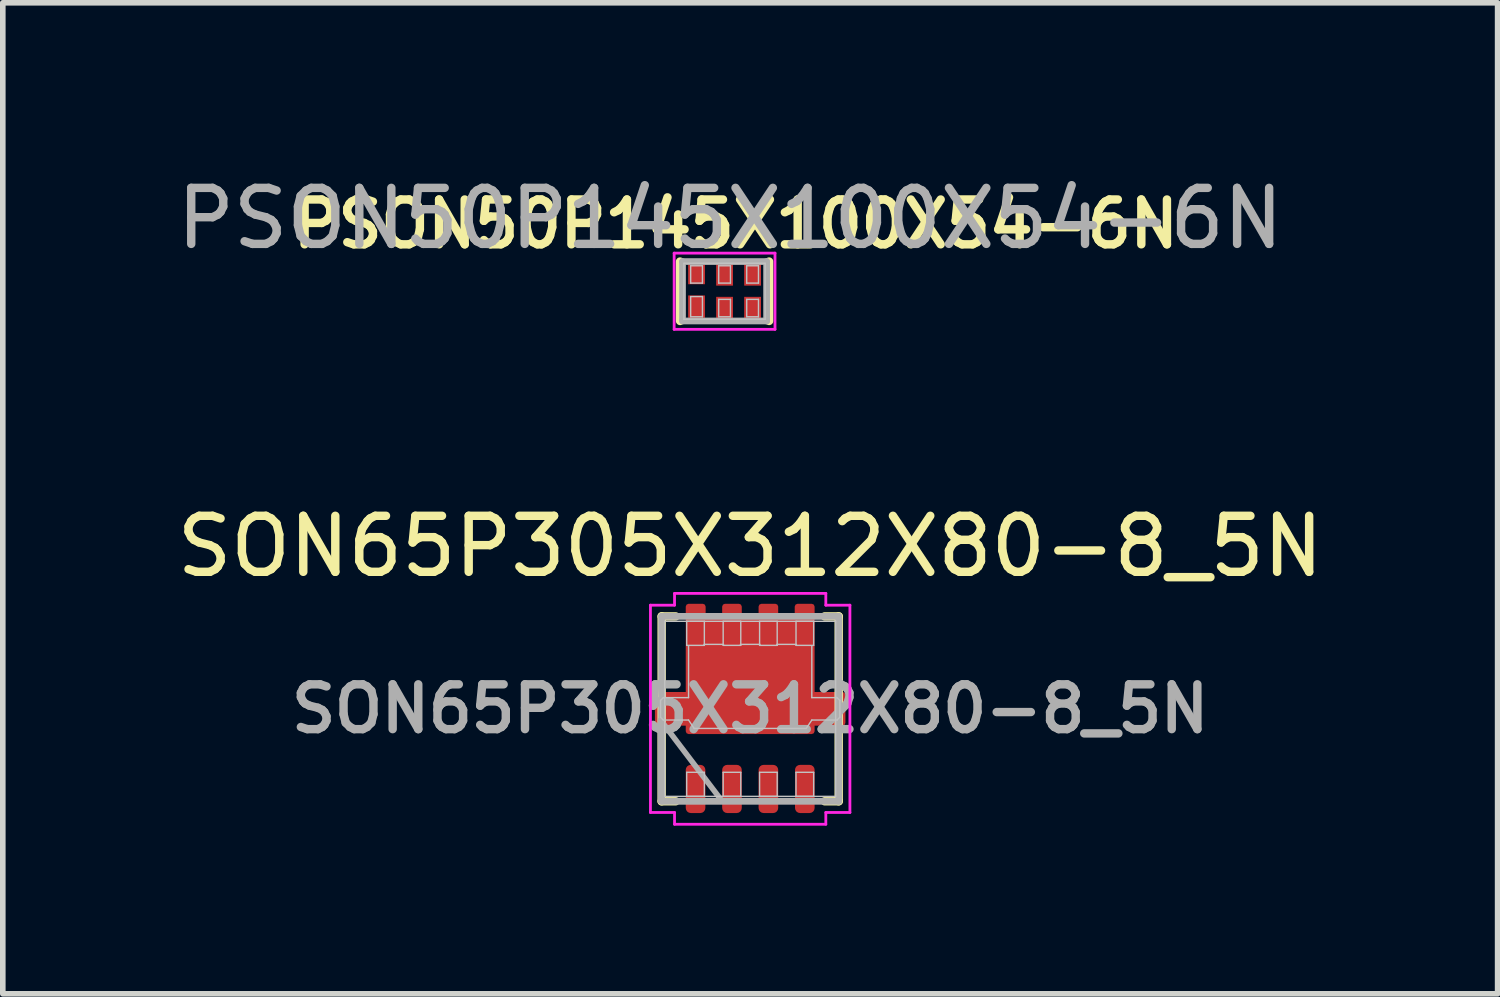
<source format=kicad_pcb>
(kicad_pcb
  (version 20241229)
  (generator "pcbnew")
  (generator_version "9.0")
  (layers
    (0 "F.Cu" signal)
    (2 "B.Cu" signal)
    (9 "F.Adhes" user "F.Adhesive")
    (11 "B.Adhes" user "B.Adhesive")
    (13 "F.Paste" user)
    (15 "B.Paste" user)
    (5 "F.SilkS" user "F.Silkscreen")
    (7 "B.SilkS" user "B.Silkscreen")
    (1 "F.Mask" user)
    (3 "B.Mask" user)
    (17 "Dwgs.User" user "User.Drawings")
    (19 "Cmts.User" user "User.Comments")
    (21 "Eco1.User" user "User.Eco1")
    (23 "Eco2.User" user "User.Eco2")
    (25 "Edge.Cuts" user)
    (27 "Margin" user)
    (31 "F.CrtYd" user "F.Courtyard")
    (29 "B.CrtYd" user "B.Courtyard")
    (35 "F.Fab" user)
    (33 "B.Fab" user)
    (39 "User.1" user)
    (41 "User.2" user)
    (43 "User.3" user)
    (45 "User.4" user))
  (footprint "PSON50P145X100X54-6N"
    (layer "F.Cu")
    (at 9.882 2.148)
    (property "Reference" "PSON50P145X100X54-6N" (at 0.2 -1.2 0) (layer "F.SilkS") (effects (font (size 0.8 0.8) (thickness 0.15))))
    (attr smd)
    (fp_line (start -0.795 0.53) (end -0.795 -0.53) (stroke (width 0.15) (type solid)) (layer "F.SilkS"))
    (fp_line (start 0.795 0.53) (end 0.795 -0.53) (stroke (width 0.15) (type solid)) (layer "F.SilkS"))
    (fp_line (start -0.725 -0.5) (end 0.725 -0.5) (stroke (width 0.025) (type solid)) (layer "Dwgs.User"))
    (fp_line (start -0.725 0.5) (end -0.725 -0.5) (stroke (width 0.025) (type solid)) (layer "Dwgs.User"))
    (fp_line (start -0.605 -0.455) (end -0.395 -0.455) (stroke (width 0.025) (type solid)) (layer "Dwgs.User"))
    (fp_line (start -0.605 -0.145) (end -0.605 -0.455) (stroke (width 0.025) (type solid)) (layer "Dwgs.User"))
    (fp_line (start -0.605 0.095) (end -0.395 0.095) (stroke (width 0.025) (type solid)) (layer "Dwgs.User"))
    (fp_line (start -0.605 0.455) (end -0.605 0.095) (stroke (width 0.025) (type solid)) (layer "Dwgs.User"))
    (fp_line (start -0.395 -0.455) (end -0.395 -0.145) (stroke (width 0.025) (type solid)) (layer "Dwgs.User"))
    (fp_line (start -0.395 -0.145) (end -0.605 -0.145) (stroke (width 0.025) (type solid)) (layer "Dwgs.User"))
    (fp_line (start -0.395 0.095) (end -0.395 0.455) (stroke (width 0.025) (type solid)) (layer "Dwgs.User"))
    (fp_line (start -0.395 0.455) (end -0.605 0.455) (stroke (width 0.025) (type solid)) (layer "Dwgs.User"))
    (fp_line (start -0.105 -0.455) (end 0.105 -0.455) (stroke (width 0.025) (type solid)) (layer "Dwgs.User"))
    (fp_line (start -0.105 -0.145) (end -0.105 -0.455) (stroke (width 0.025) (type solid)) (layer "Dwgs.User"))
    (fp_line (start -0.105 0.145) (end 0.105 0.145) (stroke (width 0.025) (type solid)) (layer "Dwgs.User"))
    (fp_line (start -0.105 0.455) (end -0.105 0.145) (stroke (width 0.025) (type solid)) (layer "Dwgs.User"))
    (fp_line (start 0.105 -0.455) (end 0.105 -0.145) (stroke (width 0.025) (type solid)) (layer "Dwgs.User"))
    (fp_line (start 0.105 -0.145) (end -0.105 -0.145) (stroke (width 0.025) (type solid)) (layer "Dwgs.User"))
    (fp_line (start 0.105 0.145) (end 0.105 0.455) (stroke (width 0.025) (type solid)) (layer "Dwgs.User"))
    (fp_line (start 0.105 0.455) (end -0.105 0.455) (stroke (width 0.025) (type solid)) (layer "Dwgs.User"))
    (fp_line (start 0.395 -0.455) (end 0.605 -0.455) (stroke (width 0.025) (type solid)) (layer "Dwgs.User"))
    (fp_line (start 0.395 -0.145) (end 0.395 -0.455) (stroke (width 0.025) (type solid)) (layer "Dwgs.User"))
    (fp_line (start 0.395 0.145) (end 0.605 0.145) (stroke (width 0.025) (type solid)) (layer "Dwgs.User"))
    (fp_line (start 0.395 0.455) (end 0.395 0.145) (stroke (width 0.025) (type solid)) (layer "Dwgs.User"))
    (fp_line (start 0.605 -0.455) (end 0.605 -0.145) (stroke (width 0.025) (type solid)) (layer "Dwgs.User"))
    (fp_line (start 0.605 -0.145) (end 0.395 -0.145) (stroke (width 0.025) (type solid)) (layer "Dwgs.User"))
    (fp_line (start 0.605 0.145) (end 0.605 0.455) (stroke (width 0.025) (type solid)) (layer "Dwgs.User"))
    (fp_line (start 0.605 0.455) (end 0.395 0.455) (stroke (width 0.025) (type solid)) (layer "Dwgs.User"))
    (fp_line (start 0.725 -0.5) (end 0.725 0.5) (stroke (width 0.025) (type solid)) (layer "Dwgs.User"))
    (fp_line (start 0.725 0.5) (end -0.725 0.5) (stroke (width 0.025) (type solid)) (layer "Dwgs.User"))
    (fp_line (start -0.9 -0.68) (end -0.9 0.68) (stroke (width 0.05) (type solid)) (layer "F.CrtYd"))
    (fp_line (start -0.9 0.68) (end 0.9 0.68) (stroke (width 0.05) (type solid)) (layer "F.CrtYd"))
    (fp_line (start 0.9 -0.68) (end -0.9 -0.68) (stroke (width 0.05) (type solid)) (layer "F.CrtYd"))
    (fp_line (start 0.9 0.68) (end 0.9 -0.68) (stroke (width 0.05) (type solid)) (layer "F.CrtYd"))
    (fp_line (start -0.75 -0.53) (end 0.75 -0.53) (stroke (width 0.12) (type solid)) (layer "F.Fab"))
    (fp_line (start -0.75 0.53) (end -0.75 -0.53) (stroke (width 0.12) (type solid)) (layer "F.Fab"))
    (fp_line (start 0.75 -0.53) (end 0.75 0.53) (stroke (width 0.12) (type solid)) (layer "F.Fab"))
    (fp_line (start 0.75 0.53) (end -0.75 0.53) (stroke (width 0.12) (type solid)) (layer "F.Fab"))
    (fp_text user "${REFERENCE}" (at 0.1 -1.3 0) (layer "F.Fab") (effects (font (size 1 1) (thickness 0.15))))
    (pad "1" smd rect (at -0.5 0.275 90) (size 0.4 0.3) (layers "F.Cu" "F.Mask" "F.Paste"))
    (pad "2" smd rect (at 0 0.3 90) (size 0.4 0.3) (layers "F.Cu" "F.Mask" "F.Paste"))
    (pad "3" smd rect (at 0.5 0.3 90) (size 0.4 0.3) (layers "F.Cu" "F.Mask" "F.Paste"))
    (pad "4" smd rect (at 0.5 -0.3 90) (size 0.4 0.3) (layers "F.Cu" "F.Mask" "F.Paste"))
    (pad "5" smd rect (at 0 -0.3 90) (size 0.4 0.3) (layers "F.Cu" "F.Mask" "F.Paste"))
    (pad "6" smd rect (at -0.5 -0.3 90) (size 0.35 0.3) (layers "F.Cu" "F.Mask" "F.Paste")))
  (footprint "SON65P305X312X80-8_5N"
    (layer "F.Cu")
    (at 10.339 9.601)
    (property "Reference" "SON65P305X312X80-8_5N" (at 0 -2.9 0) (layer "F.SilkS") (effects (font (size 1 1) (thickness 0.15))))
    (attr smd)
    (fp_line (start -1.58 -1.65) (end -1.33 -1.65) (stroke (width 0.15) (type solid)) (layer "F.SilkS"))
    (fp_line (start -1.58 1.65) (end -1.58 -1.65) (stroke (width 0.15) (type solid)) (layer "F.SilkS"))
    (fp_line (start -1.33 1.65) (end -1.58 1.65) (stroke (width 0.15) (type solid)) (layer "F.SilkS"))
    (fp_line (start 1.33 1.65) (end 1.58 1.65) (stroke (width 0.15) (type solid)) (layer "F.SilkS"))
    (fp_line (start 1.58 -1.65) (end 1.33 -1.65) (stroke (width 0.15) (type solid)) (layer "F.SilkS"))
    (fp_line (start 1.58 1.65) (end 1.58 -1.65) (stroke (width 0.15) (type solid)) (layer "F.SilkS"))
    (fp_poly (pts (xy -0.85 -0.55) (xy -1.1 -0.55) (xy -1.1 -1.8) (xy -0.85 -1.8)) (stroke (width 0.1) (type solid)) (fill yes) (layer "F.Paste"))
    (fp_poly (pts (xy -0.2 -0.55) (xy -0.45 -0.55) (xy -0.45 -1.8) (xy -0.2 -1.8)) (stroke (width 0.1) (type solid)) (fill yes) (layer "F.Paste"))
    (fp_poly (pts (xy -0.2 0.25) (xy -1.65 0.25) (xy -1.65 -0.25) (xy -0.2 -0.25)) (stroke (width 0.1) (type solid)) (fill yes) (layer "F.Paste"))
    (fp_poly (pts (xy 0.45 -0.55) (xy 0.2 -0.55) (xy 0.2 -1.8) (xy 0.45 -1.8)) (stroke (width 0.1) (type solid)) (fill yes) (layer "F.Paste"))
    (fp_poly (pts (xy 1.1 -0.55) (xy 0.85 -0.55) (xy 0.85 -1.8) (xy 1.1 -1.8)) (stroke (width 0.1) (type solid)) (fill yes) (layer "F.Paste"))
    (fp_poly (pts (xy 1.65 0.25) (xy 0.2 0.25) (xy 0.2 -0.25) (xy 1.65 -0.25)) (stroke (width 0.1) (type solid)) (fill yes) (layer "F.Paste"))
    (fp_line (start -1.6 -0.15) (end -1.6 0.15) (stroke (width 0.025) (type solid)) (layer "Dwgs.User"))
    (fp_line (start -1.6 0.15) (end -1.55 0.2) (stroke (width 0.025) (type solid)) (layer "Dwgs.User"))
    (fp_line (start -1.55 -0.2) (end -1.6 -0.15) (stroke (width 0.025) (type solid)) (layer "Dwgs.User"))
    (fp_line (start -1.525 -1.562) (end 1.525 -1.562) (stroke (width 0.025) (type solid)) (layer "Dwgs.User"))
    (fp_line (start -1.525 1.562) (end -1.525 -1.562) (stroke (width 0.025) (type solid)) (layer "Dwgs.User"))
    (fp_line (start -1.133 -1.562) (end -0.818 -1.562) (stroke (width 0.025) (type solid)) (layer "Dwgs.User"))
    (fp_line (start -1.133 -1.133) (end -1.133 -1.562) (stroke (width 0.025) (type solid)) (layer "Dwgs.User"))
    (fp_line (start -1.133 1.133) (end -0.818 1.133) (stroke (width 0.025) (type solid)) (layer "Dwgs.User"))
    (fp_line (start -1.133 1.562) (end -1.133 1.133) (stroke (width 0.025) (type solid)) (layer "Dwgs.User"))
    (fp_line (start -1.1 -1.125) (end -1.1 -0.2) (stroke (width 0.025) (type solid)) (layer "Dwgs.User"))
    (fp_line (start -1.1 -0.2) (end -1.55 -0.2) (stroke (width 0.025) (type solid)) (layer "Dwgs.User"))
    (fp_line (start -1.1 0.2) (end -1.55 0.2) (stroke (width 0.025) (type solid)) (layer "Dwgs.User"))
    (fp_line (start -1.1 0.2) (end -1 0.35) (stroke (width 0.025) (type solid)) (layer "Dwgs.User"))
    (fp_line (start -0.818 -1.562) (end -0.818 -1.133) (stroke (width 0.025) (type solid)) (layer "Dwgs.User"))
    (fp_line (start -0.818 -1.133) (end -1.133 -1.133) (stroke (width 0.025) (type solid)) (layer "Dwgs.User"))
    (fp_line (start -0.818 1.133) (end -0.818 1.562) (stroke (width 0.025) (type solid)) (layer "Dwgs.User"))
    (fp_line (start -0.818 1.562) (end -1.133 1.562) (stroke (width 0.025) (type solid)) (layer "Dwgs.User"))
    (fp_line (start -0.482 -1.562) (end -0.168 -1.562) (stroke (width 0.025) (type solid)) (layer "Dwgs.User"))
    (fp_line (start -0.482 -1.133) (end -0.482 -1.562) (stroke (width 0.025) (type solid)) (layer "Dwgs.User"))
    (fp_line (start -0.482 1.133) (end -0.168 1.133) (stroke (width 0.025) (type solid)) (layer "Dwgs.User"))
    (fp_line (start -0.482 1.562) (end -0.482 1.133) (stroke (width 0.025) (type solid)) (layer "Dwgs.User"))
    (fp_line (start -0.475 -1.15) (end -0.825 -1.15) (stroke (width 0.025) (type solid)) (layer "Dwgs.User"))
    (fp_line (start -0.168 -1.562) (end -0.168 -1.133) (stroke (width 0.025) (type solid)) (layer "Dwgs.User"))
    (fp_line (start -0.168 -1.133) (end -0.482 -1.133) (stroke (width 0.025) (type solid)) (layer "Dwgs.User"))
    (fp_line (start -0.168 1.133) (end -0.168 1.562) (stroke (width 0.025) (type solid)) (layer "Dwgs.User"))
    (fp_line (start -0.168 1.562) (end -0.482 1.562) (stroke (width 0.025) (type solid)) (layer "Dwgs.User"))
    (fp_line (start 0.168 -1.562) (end 0.482 -1.562) (stroke (width 0.025) (type solid)) (layer "Dwgs.User"))
    (fp_line (start 0.168 -1.133) (end 0.168 -1.562) (stroke (width 0.025) (type solid)) (layer "Dwgs.User"))
    (fp_line (start 0.168 1.133) (end 0.482 1.133) (stroke (width 0.025) (type solid)) (layer "Dwgs.User"))
    (fp_line (start 0.168 1.562) (end 0.168 1.133) (stroke (width 0.025) (type solid)) (layer "Dwgs.User"))
    (fp_line (start 0.175 -1.15) (end -0.175 -1.15) (stroke (width 0.025) (type solid)) (layer "Dwgs.User"))
    (fp_line (start 0.482 -1.562) (end 0.482 -1.133) (stroke (width 0.025) (type solid)) (layer "Dwgs.User"))
    (fp_line (start 0.482 -1.133) (end 0.168 -1.133) (stroke (width 0.025) (type solid)) (layer "Dwgs.User"))
    (fp_line (start 0.482 1.133) (end 0.482 1.562) (stroke (width 0.025) (type solid)) (layer "Dwgs.User"))
    (fp_line (start 0.482 1.562) (end 0.168 1.562) (stroke (width 0.025) (type solid)) (layer "Dwgs.User"))
    (fp_line (start 0.818 -1.562) (end 1.133 -1.562) (stroke (width 0.025) (type solid)) (layer "Dwgs.User"))
    (fp_line (start 0.818 -1.133) (end 0.818 -1.562) (stroke (width 0.025) (type solid)) (layer "Dwgs.User"))
    (fp_line (start 0.818 1.133) (end 1.133 1.133) (stroke (width 0.025) (type solid)) (layer "Dwgs.User"))
    (fp_line (start 0.818 1.562) (end 0.818 1.133) (stroke (width 0.025) (type solid)) (layer "Dwgs.User"))
    (fp_line (start 0.825 -1.15) (end 0.475 -1.15) (stroke (width 0.025) (type solid)) (layer "Dwgs.User"))
    (fp_line (start 1 0.35) (end -1 0.35) (stroke (width 0.025) (type solid)) (layer "Dwgs.User"))
    (fp_line (start 1.1 -1.125) (end 1.1 -0.2) (stroke (width 0.025) (type solid)) (layer "Dwgs.User"))
    (fp_line (start 1.1 0.2) (end 1 0.35) (stroke (width 0.025) (type solid)) (layer "Dwgs.User"))
    (fp_line (start 1.133 -1.562) (end 1.133 -1.133) (stroke (width 0.025) (type solid)) (layer "Dwgs.User"))
    (fp_line (start 1.133 -1.133) (end 0.818 -1.133) (stroke (width 0.025) (type solid)) (layer "Dwgs.User"))
    (fp_line (start 1.133 1.133) (end 1.133 1.562) (stroke (width 0.025) (type solid)) (layer "Dwgs.User"))
    (fp_line (start 1.133 1.562) (end 0.818 1.562) (stroke (width 0.025) (type solid)) (layer "Dwgs.User"))
    (fp_line (start 1.525 -1.562) (end 1.525 1.562) (stroke (width 0.025) (type solid)) (layer "Dwgs.User"))
    (fp_line (start 1.525 1.562) (end -1.525 1.562) (stroke (width 0.025) (type solid)) (layer "Dwgs.User"))
    (fp_line (start 1.55 -0.2) (end 1.1 -0.2) (stroke (width 0.025) (type solid)) (layer "Dwgs.User"))
    (fp_line (start 1.55 -0.2) (end 1.6 -0.15) (stroke (width 0.025) (type solid)) (layer "Dwgs.User"))
    (fp_line (start 1.55 0.2) (end 1.1 0.2) (stroke (width 0.025) (type solid)) (layer "Dwgs.User"))
    (fp_line (start 1.6 -0.15) (end 1.6 0.15) (stroke (width 0.025) (type solid)) (layer "Dwgs.User"))
    (fp_line (start 1.6 0.15) (end 1.55 0.2) (stroke (width 0.025) (type solid)) (layer "Dwgs.User"))
    (fp_line (start -1.78 -1.85) (end -1.78 1.85) (stroke (width 0.05) (type solid)) (layer "F.CrtYd"))
    (fp_line (start -1.78 1.85) (end -1.35 1.85) (stroke (width 0.05) (type solid)) (layer "F.CrtYd"))
    (fp_line (start -1.35 -2.06) (end -1.35 -1.85) (stroke (width 0.05) (type solid)) (layer "F.CrtYd"))
    (fp_line (start -1.35 -1.85) (end -1.78 -1.85) (stroke (width 0.05) (type solid)) (layer "F.CrtYd"))
    (fp_line (start -1.35 1.85) (end -1.35 2.06) (stroke (width 0.05) (type solid)) (layer "F.CrtYd"))
    (fp_line (start -1.35 2.06) (end 1.35 2.06) (stroke (width 0.05) (type solid)) (layer "F.CrtYd"))
    (fp_line (start 1.35 -2.06) (end -1.35 -2.06) (stroke (width 0.05) (type solid)) (layer "F.CrtYd"))
    (fp_line (start 1.35 -1.85) (end 1.35 -2.06) (stroke (width 0.05) (type solid)) (layer "F.CrtYd"))
    (fp_line (start 1.35 1.85) (end 1.78 1.85) (stroke (width 0.05) (type solid)) (layer "F.CrtYd"))
    (fp_line (start 1.35 2.06) (end 1.35 1.85) (stroke (width 0.05) (type solid)) (layer "F.CrtYd"))
    (fp_line (start 1.78 -1.85) (end 1.35 -1.85) (stroke (width 0.05) (type solid)) (layer "F.CrtYd"))
    (fp_line (start 1.78 1.85) (end 1.78 -1.85) (stroke (width 0.05) (type solid)) (layer "F.CrtYd"))
    (fp_line (start -1.58 -1.65) (end 1.58 -1.65) (stroke (width 0.12) (type solid)) (layer "F.Fab"))
    (fp_line (start -1.58 1.65) (end -1.58 -1.65) (stroke (width 0.12) (type solid)) (layer "F.Fab"))
    (fp_line (start 1.58 -1.65) (end 1.58 1.65) (stroke (width 0.12) (type solid)) (layer "F.Fab"))
    (fp_line (start 1.58 1.65) (end -1.58 1.65) (stroke (width 0.12) (type solid)) (layer "F.Fab"))
    (fp_poly (pts (xy -0.5 1.65) (xy -1.6 1.65) (xy -1.6 0.2)) (stroke (width 0.1) (type solid)) (fill no) (layer "F.Fab"))
    (fp_text user "${REFERENCE}" (at 0 0 0) (layer "F.Fab") (effects (font (size 0.8 0.8) (thickness 0.15))))
    (pad "1" smd roundrect (at -0.975 1.43 90) (size 0.86 0.35) (layers "F.Cu" "F.Mask" "F.Paste") (roundrect_rratio 0.257))
    (pad "2" smd roundrect (at -0.325 1.43 90) (size 0.86 0.35) (layers "F.Cu" "F.Mask" "F.Paste") (roundrect_rratio 0.257))
    (pad "3" smd roundrect (at 0.325 1.43 90) (size 0.86 0.35) (layers "F.Cu" "F.Mask" "F.Paste") (roundrect_rratio 0.257))
    (pad "4" smd roundrect (at 0.975 1.43 90) (size 0.86 0.35) (layers "F.Cu" "F.Mask" "F.Paste") (roundrect_rratio 0.257))
    (pad "D" smd custom (at 0 0) (size 0.3 0.3) (layers "F.Cu" "F.Mask") (options (anchor rect)) (primitives (gr_poly (pts (xy 0.2 -1.65) (xy 0.2 -1.825) (xy 0.45 -1.825) (xy 0.45 -1.65) (xy 0.845 -1.65) (xy 0.845 -1.825) (xy 1.1 -1.825) (xy 1.1 -0.25) (xy 1.65 -0.25) (xy 1.65 0.25) (xy 1.1 0.25) (xy 1.1 0.4) (xy -1.1 0.4) (xy -1.1 0.25) (xy -1.65 0.25) (xy -1.65 -0.25) (xy -1.1 -0.25) (xy -1.1 -1.825) (xy -0.845 -1.825) (xy -0.845 -1.65) (xy -0.45 -1.65) (xy -0.45 -1.825) (xy -0.2 -1.825) (xy -0.2 -1.65)) (width 0.1) (fill yes)))))
  (gr_rect
    (start -3 -3)
    (end 23.679 14.687)
    (stroke (width 0.1) (type default))
    (fill no)
    (layer "Edge.Cuts")))
</source>
